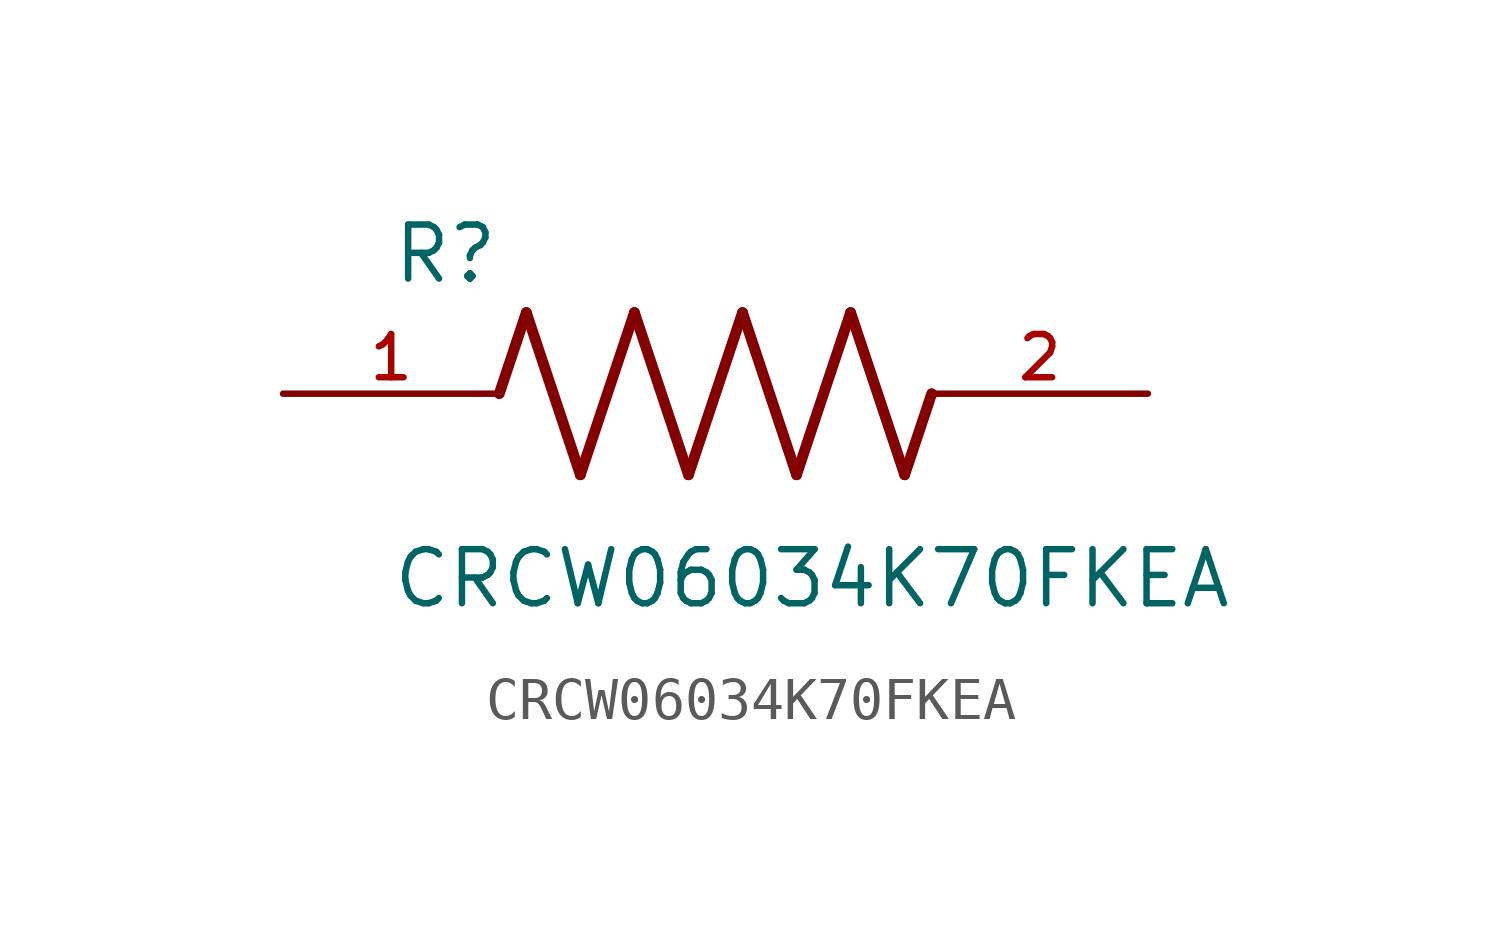
<source format=kicad_sym>
(kicad_symbol_lib
  (version 20211014)
  (generator kicad_symbol_editor)
  (symbol "CRCW06034K70FKEA"
    (pin_names
      (offset 1.016))
    (property "Reference" "R"
      (at -7.624 2.541 0)
      (effects (font (size 1.27 1.27)) (justify bottom left)))
    (property "Value" "CRCW06034K70FKEA"
      (at -7.63 -5.087 0)
      (effects (font (size 1.27 1.27)) (justify bottom left)))
    (symbol "CRCW06034K70FKEA_0_0"
      (polyline (pts (xy -5.08 0.0) (xy -4.445 1.905)) (stroke (width 0.254)))
      (polyline (pts (xy -4.445 1.905) (xy -3.175 -1.905)) (stroke (width 0.254)))
      (polyline (pts (xy -3.175 -1.905) (xy -1.905 1.905)) (stroke (width 0.254)))
      (polyline (pts (xy -1.905 1.905) (xy -0.635 -1.905)) (stroke (width 0.254)))
      (polyline (pts (xy -0.635 -1.905) (xy 0.635 1.905)) (stroke (width 0.254)))
      (polyline (pts (xy 0.635 1.905) (xy 1.905 -1.905)) (stroke (width 0.254)))
      (polyline (pts (xy 1.905 -1.905) (xy 3.175 1.905)) (stroke (width 0.254)))
      (polyline (pts (xy 3.175 1.905) (xy 4.445 -1.905)) (stroke (width 0.254)))
      (polyline (pts (xy 4.445 -1.905) (xy 5.08 0.0)) (stroke (width 0.254)))
      (pin passive line (at -10.16 0.0 0) (length 5.08) (name "~" (effects (font (size 1.016 1.016)))) (number "1" (effects (font (size 1.016 1.016)))))
      (pin passive line (at 10.16 0.0 180.0) (length 5.08) (name "~" (effects (font (size 1.016 1.016)))) (number "2" (effects (font (size 1.016 1.016))))))))
</source>
